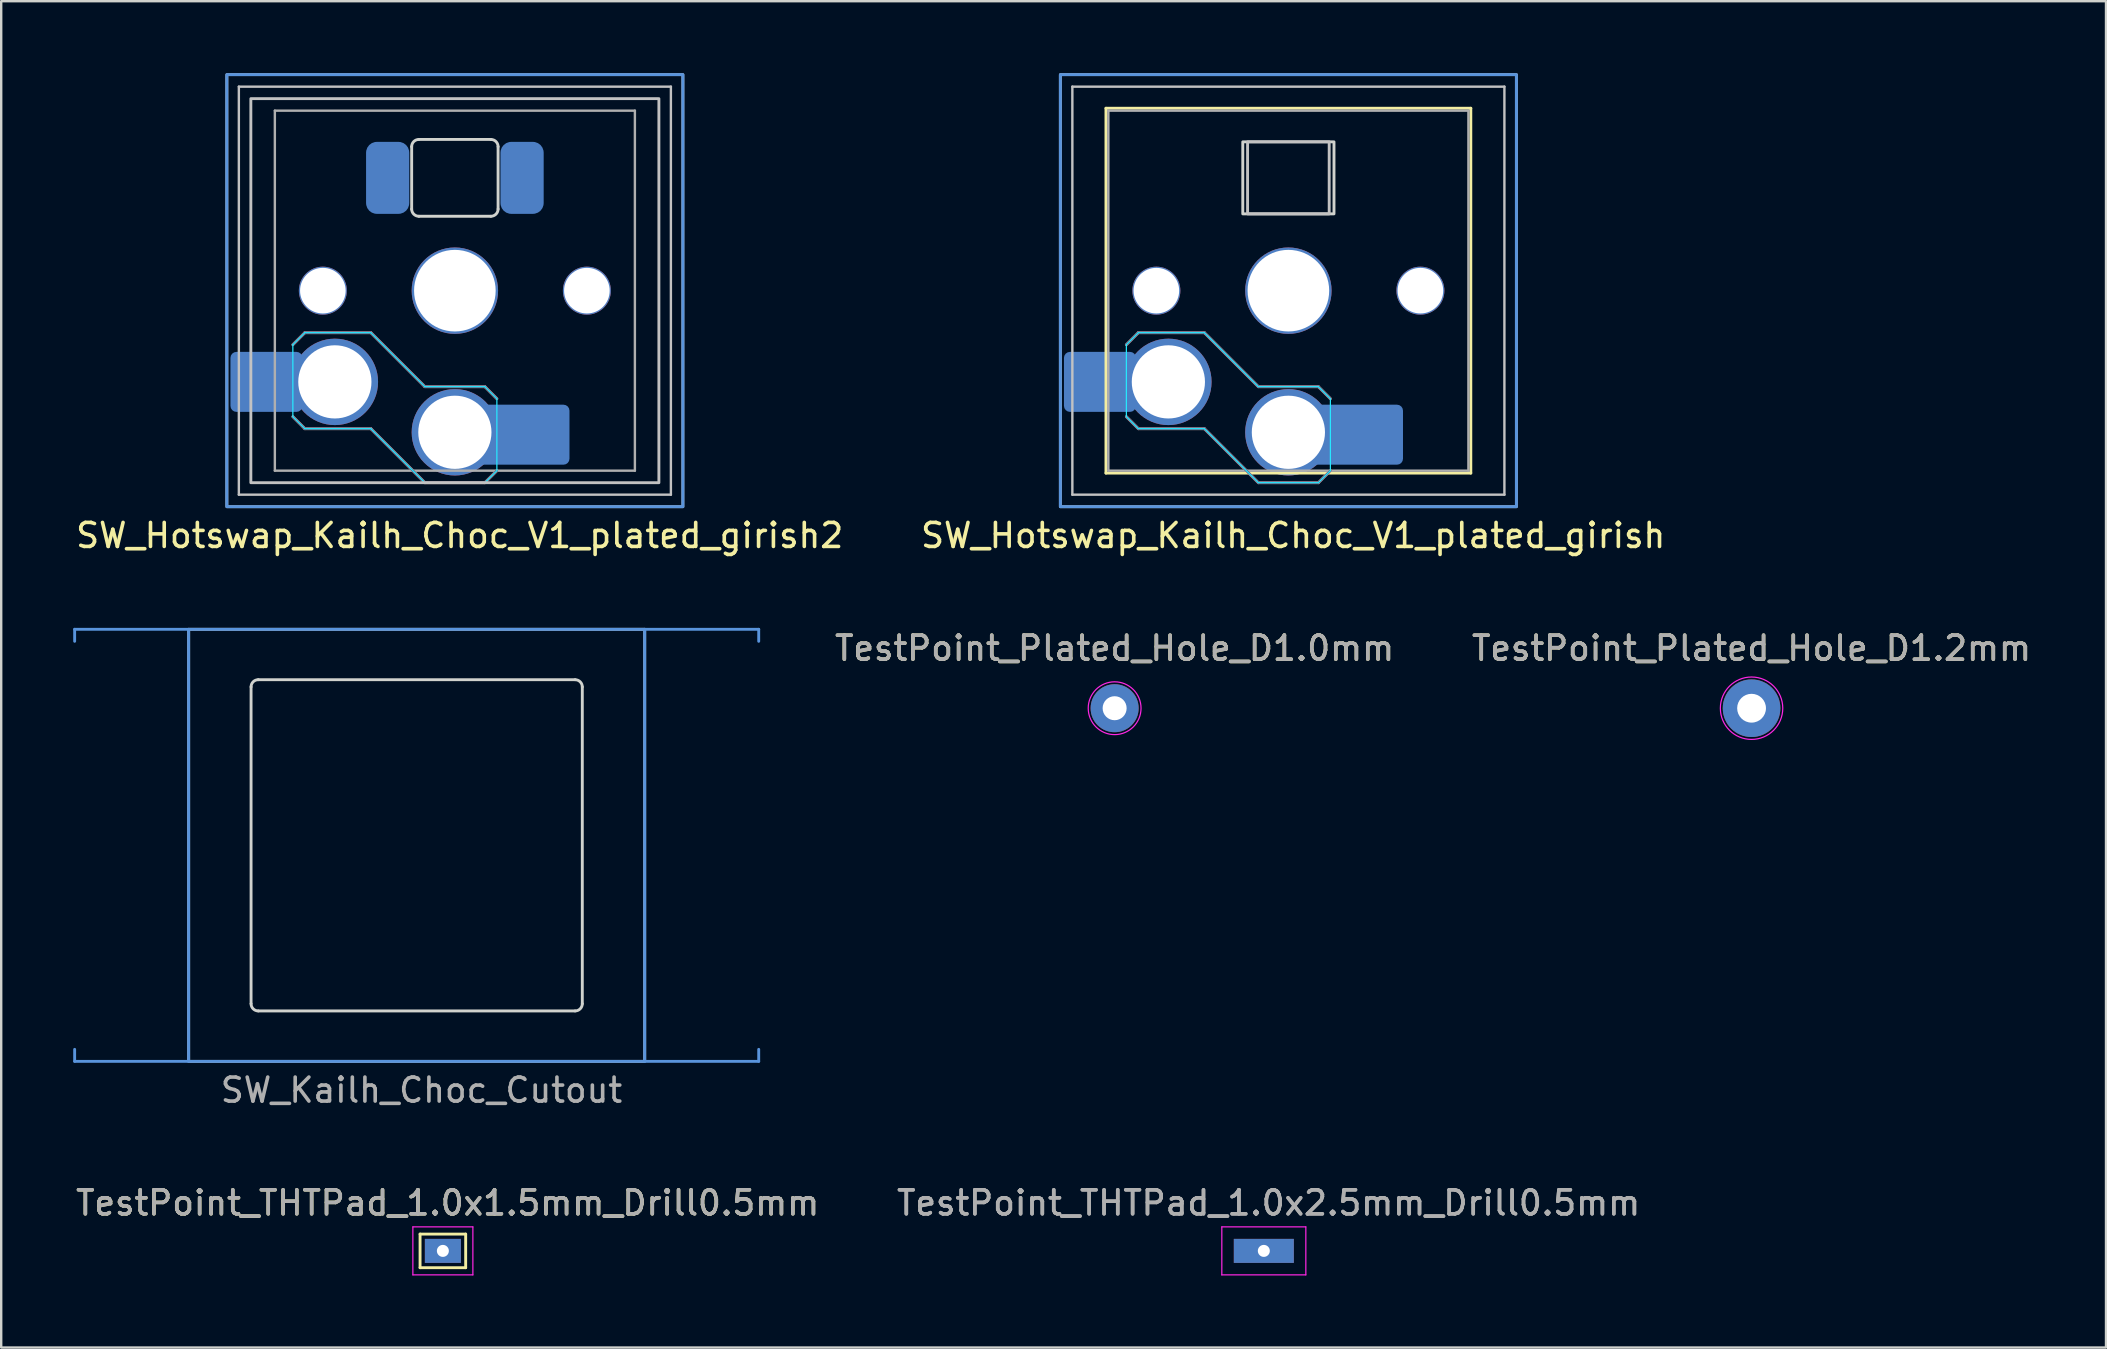
<source format=kicad_pcb>
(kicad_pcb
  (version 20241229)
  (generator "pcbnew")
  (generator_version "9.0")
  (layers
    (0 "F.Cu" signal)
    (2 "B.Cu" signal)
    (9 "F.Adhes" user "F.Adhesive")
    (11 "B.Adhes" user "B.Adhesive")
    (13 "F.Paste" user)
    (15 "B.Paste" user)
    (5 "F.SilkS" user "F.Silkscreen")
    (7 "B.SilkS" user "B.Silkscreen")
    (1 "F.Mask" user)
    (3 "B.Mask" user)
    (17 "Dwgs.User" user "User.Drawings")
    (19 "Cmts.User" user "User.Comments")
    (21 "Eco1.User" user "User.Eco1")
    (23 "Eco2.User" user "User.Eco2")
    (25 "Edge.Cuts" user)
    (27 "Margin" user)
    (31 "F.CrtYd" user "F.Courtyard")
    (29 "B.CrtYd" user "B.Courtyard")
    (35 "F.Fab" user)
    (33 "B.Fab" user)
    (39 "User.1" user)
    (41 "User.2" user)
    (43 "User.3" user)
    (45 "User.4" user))
  (footprint "SW_Hotswap_Kailh_Choc_V1_plated_girish2"
    (layer "F.Cu")
    (at 15.901 9.06)
    (property "Reference" "SW_Hotswap_Kailh_Choc_V1_plated_girish2" (at 0.2 10.2 180) (layer "F.SilkS") (effects (font (size 1 1) (thickness 0.15))))
    (attr smd)
    (fp_line (start -6.75 2.25) (end -6.25 1.75) (stroke (width 0.12) (type solid)) (layer "B.SilkS"))
    (fp_line (start -6.25 1.75) (end -3.5 1.75) (stroke (width 0.12) (type solid)) (layer "B.SilkS"))
    (fp_line (start -6.25 5.75) (end -6.75 5.25) (stroke (width 0.12) (type solid)) (layer "B.SilkS"))
    (fp_line (start -3.5 1.75) (end -1.25 4) (stroke (width 0.12) (type solid)) (layer "B.SilkS"))
    (fp_line (start -3.5 5.75) (end -6.25 5.75) (stroke (width 0.12) (type solid)) (layer "B.SilkS"))
    (fp_line (start -1.25 4) (end 1.25 4) (stroke (width 0.12) (type solid)) (layer "B.SilkS"))
    (fp_line (start -1.25 8) (end -3.5 5.75) (stroke (width 0.12) (type solid)) (layer "B.SilkS"))
    (fp_line (start 1.25 4) (end 1.75 4.5) (stroke (width 0.12) (type solid)) (layer "B.SilkS"))
    (fp_line (start 1.25 8) (end -1.25 8) (stroke (width 0.12) (type solid)) (layer "B.SilkS"))
    (fp_line (start 1.75 7.5) (end 1.25 8) (stroke (width 0.12) (type solid)) (layer "B.SilkS"))
    (fp_line (start -9 -8.5) (end -9 8.5) (stroke (width 0.1) (type solid)) (layer "Dwgs.User"))
    (fp_line (start -9 8.5) (end 9 8.5) (stroke (width 0.1) (type solid)) (layer "Dwgs.User"))
    (fp_line (start 9 -8.5) (end -9 -8.5) (stroke (width 0.1) (type solid)) (layer "Dwgs.User"))
    (fp_line (start 9 8.5) (end 9 -8.5) (stroke (width 0.1) (type solid)) (layer "Dwgs.User"))
    (fp_rect (start -9.5 9) (end 9.5 -9) (stroke (width 0.12) (type solid)) (fill no) (layer "Dwgs.User"))
    (fp_rect (start -8.5 8) (end 8.5 -8) (stroke (width 0.12) (type solid)) (fill no) (layer "Dwgs.User"))
    (fp_rect (start 9.5 -9) (end -9.5 9) (stroke (width 0.12) (type solid)) (fill no) (layer "Cmts.User"))
    (fp_line (start -7.25 -7.25) (end -7.25 7.25) (stroke (width 0.1) (type solid)) (layer "Eco1.User"))
    (fp_line (start -7.25 7.25) (end 7.25 7.25) (stroke (width 0.1) (type solid)) (layer "Eco1.User"))
    (fp_line (start 7.25 -7.25) (end -7.25 -7.25) (stroke (width 0.1) (type solid)) (layer "Eco1.User"))
    (fp_line (start 7.25 7.25) (end 7.25 -7.25) (stroke (width 0.1) (type solid)) (layer "Eco1.User"))
    (fp_line (start -1.8 -6) (end -1.8 -3.4) (stroke (width 0.12) (type solid)) (layer "Edge.Cuts"))
    (fp_line (start -1.5 -3.1) (end 1.5 -3.1) (stroke (width 0.12) (type solid)) (layer "Edge.Cuts"))
    (fp_line (start 1.5 -6.3) (end -1.5 -6.3) (stroke (width 0.12) (type solid)) (layer "Edge.Cuts"))
    (fp_line (start 1.8 -3.4) (end 1.8 -6) (stroke (width 0.12) (type solid)) (layer "Edge.Cuts"))
    (fp_arc (start -1.8 -6) (mid -1.712132 -6.212132) (end -1.5 -6.3) (stroke (width 0.12) (type solid)) (layer "Edge.Cuts"))
    (fp_arc (start -1.5 -3.1) (mid -1.712132 -3.187868) (end -1.8 -3.4) (stroke (width 0.12) (type solid)) (layer "Edge.Cuts"))
    (fp_arc (start 1.5 -6.3) (mid 1.712132 -6.212132) (end 1.8 -6) (stroke (width 0.12) (type solid)) (layer "Edge.Cuts"))
    (fp_arc (start 1.8 -3.4) (mid 1.712132 -3.187868) (end 1.5 -3.1) (stroke (width 0.12) (type solid)) (layer "Edge.Cuts"))
    (fp_line (start -6.75 2.25) (end -6.25 1.75) (stroke (width 0.05) (type solid)) (layer "B.CrtYd"))
    (fp_line (start -6.75 5.25) (end -6.75 2.25) (stroke (width 0.05) (type solid)) (layer "B.CrtYd"))
    (fp_line (start -6.25 1.75) (end -3.5 1.75) (stroke (width 0.05) (type solid)) (layer "B.CrtYd"))
    (fp_line (start -6.25 5.75) (end -6.75 5.25) (stroke (width 0.05) (type solid)) (layer "B.CrtYd"))
    (fp_line (start -3.5 1.75) (end -1.25 4) (stroke (width 0.05) (type solid)) (layer "B.CrtYd"))
    (fp_line (start -3.5 5.75) (end -6.25 5.75) (stroke (width 0.05) (type solid)) (layer "B.CrtYd"))
    (fp_line (start -1.25 4) (end 1.25 4) (stroke (width 0.05) (type solid)) (layer "B.CrtYd"))
    (fp_line (start -1.25 8) (end -3.5 5.75) (stroke (width 0.05) (type solid)) (layer "B.CrtYd"))
    (fp_line (start 1.25 4) (end 1.75 4.5) (stroke (width 0.05) (type solid)) (layer "B.CrtYd"))
    (fp_line (start 1.25 8) (end -1.25 8) (stroke (width 0.05) (type solid)) (layer "B.CrtYd"))
    (fp_line (start 1.75 4.5) (end 1.75 7.5) (stroke (width 0.05) (type solid)) (layer "B.CrtYd"))
    (fp_line (start 1.75 7.5) (end 1.25 8) (stroke (width 0.05) (type solid)) (layer "B.CrtYd"))
    (fp_line (start -6.75 2.25) (end -6.25 1.75) (stroke (width 0.1) (type solid)) (layer "B.Fab"))
    (fp_line (start -6.25 1.75) (end -3.5 1.75) (stroke (width 0.1) (type solid)) (layer "B.Fab"))
    (fp_line (start -6.25 5.75) (end -6.75 5.25) (stroke (width 0.1) (type solid)) (layer "B.Fab"))
    (fp_line (start -3.5 1.75) (end -1.25 4) (stroke (width 0.1) (type solid)) (layer "B.Fab"))
    (fp_line (start -3.5 5.75) (end -6.25 5.75) (stroke (width 0.1) (type solid)) (layer "B.Fab"))
    (fp_line (start -1.25 4) (end 1.25 4) (stroke (width 0.1) (type solid)) (layer "B.Fab"))
    (fp_line (start -1.25 8) (end -3.5 5.75) (stroke (width 0.1) (type solid)) (layer "B.Fab"))
    (fp_line (start 1.25 4) (end 1.75 4.5) (stroke (width 0.1) (type solid)) (layer "B.Fab"))
    (fp_line (start 1.25 8) (end -1.25 8) (stroke (width 0.1) (type solid)) (layer "B.Fab"))
    (fp_line (start 1.75 7.5) (end 1.25 8) (stroke (width 0.1) (type solid)) (layer "B.Fab"))
    (fp_line (start -7.5 -7.5) (end -7.5 7.5) (stroke (width 0.1) (type solid)) (layer "F.Fab"))
    (fp_line (start -7.5 7.5) (end 7.5 7.5) (stroke (width 0.1) (type solid)) (layer "F.Fab"))
    (fp_line (start 7.5 -7.5) (end -7.5 -7.5) (stroke (width 0.1) (type solid)) (layer "F.Fab"))
    (fp_line (start 7.5 7.5) (end 7.5 -7.5) (stroke (width 0.1) (type solid)) (layer "F.Fab"))
    (pad "" smd roundrect (at -8.5 3.8 180) (size 1.9 2.5) (layers "B.Mask" "B.Paste") (roundrect_rratio 0.1))
    (pad "" np_thru_hole circle (at -5.5 0 180) (size 2 2) (drill 1.9) (layers "*.Cu" "*.Mask"))
    (pad "" np_thru_hole circle (at 0 0 180) (size 3.6 3.6) (drill 3.4) (layers "*.Cu" "*.Mask"))
    (pad "" smd roundrect (at 3.5 6 180) (size 2.55 2.5) (layers "B.Mask" "B.Paste") (roundrect_rratio 0.1))
    (pad "" np_thru_hole circle (at 5.5 0 180) (size 2 2) (drill 1.9) (layers "*.Cu" "*.Mask"))
    (pad "1" thru_hole circle (at 0 5.9 180) (size 3.6 3.6) (drill 3.05) (layers "*.Cu" "B.Mask"))
    (pad "1" smd roundrect (at 2.85 6 180) (size 3.85 2.5) (layers "B.Cu" "B.Mask" "B.Paste") (roundrect_rratio 0.1))
    (pad "2" smd roundrect (at 2.8 -4.7) (size 1.8 3) (layers "B.Cu" "B.Mask" "B.Paste") (roundrect_rratio 0.25))
    (pad "3" smd roundrect (at -7.85 3.8 180) (size 3 2.5) (layers "B.Cu" "B.Mask" "B.Paste") (roundrect_rratio 0.1))
    (pad "3" thru_hole circle (at -5 3.8 180) (size 3.6 3.6) (drill 3.05) (layers "*.Cu" "B.Mask"))
    (pad "4" smd roundrect (at -2.8 -4.7) (size 1.8 3) (layers "B.Cu" "B.Mask" "B.Paste") (roundrect_rratio 0.25)))
  (footprint "SW_Kailh_Choc_Cutout"
    (layer "F.Cu")
    (at 14.31 32.168)
    (property "Reference" "SW_Kailh_Choc_Cutout" (at 0.2 10.2 180) (layer "F.Fab") (effects (font (size 1 1) (thickness 0.15))))
    (attr smd)
    (fp_rect (start -9.5 9) (end 9.5 -9) (stroke (width 0.12) (type solid)) (fill no) (layer "Dwgs.User"))
    (fp_line (start -14.25 -9) (end -14.25 -8.5) (stroke (width 0.12) (type solid)) (layer "Cmts.User"))
    (fp_line (start -14.25 9) (end -14.25 8.5) (stroke (width 0.12) (type solid)) (layer "Cmts.User"))
    (fp_line (start -9.5 -9) (end -14.25 -9) (stroke (width 0.12) (type solid)) (layer "Cmts.User"))
    (fp_line (start -9.5 9) (end -14.25 9) (stroke (width 0.12) (type solid)) (layer "Cmts.User"))
    (fp_line (start 9.5 -9) (end 14.25 -9) (stroke (width 0.12) (type solid)) (layer "Cmts.User"))
    (fp_line (start 9.5 9) (end 14.25 9) (stroke (width 0.12) (type solid)) (layer "Cmts.User"))
    (fp_line (start 14.25 -9) (end 14.25 -8.5) (stroke (width 0.12) (type solid)) (layer "Cmts.User"))
    (fp_line (start 14.25 9) (end 14.25 8.5) (stroke (width 0.12) (type solid)) (layer "Cmts.User"))
    (fp_rect (start 9.5 -9) (end -9.5 9) (stroke (width 0.12) (type solid)) (fill no) (layer "Cmts.User"))
    (fp_line (start -6.9 -6.6) (end -6.9 6.6) (stroke (width 0.12) (type solid)) (layer "Edge.Cuts"))
    (fp_line (start -6.6 6.9) (end 6.6 6.9) (stroke (width 0.12) (type solid)) (layer "Edge.Cuts"))
    (fp_line (start 6.6 -6.9) (end -6.6 -6.9) (stroke (width 0.12) (type solid)) (layer "Edge.Cuts"))
    (fp_line (start 6.9 6.6) (end 6.9 -6.6) (stroke (width 0.12) (type solid)) (layer "Edge.Cuts"))
    (fp_arc (start -6.9 -6.6) (mid -6.812132 -6.812132) (end -6.6 -6.9) (stroke (width 0.12) (type solid)) (layer "Edge.Cuts"))
    (fp_arc (start -6.6 6.9) (mid -6.812132 6.812132) (end -6.9 6.6) (stroke (width 0.12) (type solid)) (layer "Edge.Cuts"))
    (fp_arc (start 6.6 -6.9) (mid 6.812132 -6.812132) (end 6.9 -6.6) (stroke (width 0.12) (type solid)) (layer "Edge.Cuts"))
    (fp_arc (start 6.9 6.6) (mid 6.812132 6.812132) (end 6.6 6.9) (stroke (width 0.12) (type solid)) (layer "Edge.Cuts")))
  (footprint "TestPoint_THTPad_1.0x2.5mm_Drill0.5mm"
    (layer "F.Cu")
    (at 49.604 49.065)
    (property "Reference" "TestPoint_THTPad_1.0x2.5mm_Drill0.5mm" (at 0.2 -2 0) (layer "F.Fab") (effects (font (size 1 1) (thickness 0.15))))
    (attr exclude_from_pos_files exclude_from_bom)
    (fp_line (start -1.75 -1) (end -1.75 1) (stroke (width 0.05) (type solid)) (layer "F.CrtYd"))
    (fp_line (start -1.75 -1) (end 1.75 -1) (stroke (width 0.05) (type solid)) (layer "F.CrtYd"))
    (fp_line (start 1.75 1) (end -1.75 1) (stroke (width 0.05) (type solid)) (layer "F.CrtYd"))
    (fp_line (start 1.75 1) (end 1.75 -1) (stroke (width 0.05) (type solid)) (layer "F.CrtYd"))
    (fp_text user "${REFERENCE}" (at 0.2 -2 0) (layer "F.Fab") (effects (font (size 1 1) (thickness 0.15))))
    (pad "1" thru_hole rect (at 0 0) (size 2.5 1) (drill 0.5) (layers "*.Cu" "*.Mask")))
  (footprint "TestPoint_THTPad_1.0x1.5mm_Drill0.5mm"
    (layer "F.Cu")
    (at 15.401 49.065)
    (property "Reference" "TestPoint_THTPad_1.0x1.5mm_Drill0.5mm" (at 0.2 -2 0) (layer "F.SilkS") (effects (font (size 1 1) (thickness 0.15))))
    (attr exclude_from_pos_files exclude_from_bom)
    (fp_line (start -0.95 -0.7) (end 0.95 -0.7) (stroke (width 0.12) (type solid)) (layer "F.SilkS"))
    (fp_line (start -0.95 0.7) (end -0.95 -0.7) (stroke (width 0.12) (type solid)) (layer "F.SilkS"))
    (fp_line (start 0.95 -0.7) (end 0.95 0.7) (stroke (width 0.12) (type solid)) (layer "F.SilkS"))
    (fp_line (start 0.95 0.7) (end -0.95 0.7) (stroke (width 0.12) (type solid)) (layer "F.SilkS"))
    (fp_line (start -1.25 -1) (end -1.25 1) (stroke (width 0.05) (type solid)) (layer "F.CrtYd"))
    (fp_line (start -1.25 -1) (end 1.25 -1) (stroke (width 0.05) (type solid)) (layer "F.CrtYd"))
    (fp_line (start 1.25 1) (end -1.25 1) (stroke (width 0.05) (type solid)) (layer "F.CrtYd"))
    (fp_line (start 1.25 1) (end 1.25 -1) (stroke (width 0.05) (type solid)) (layer "F.CrtYd"))
    (fp_text user "${REFERENCE}" (at 0.2 -2 0) (layer "F.Fab") (effects (font (size 1 1) (thickness 0.15))))
    (pad "1" thru_hole rect (at 0 0) (size 1.5 1) (drill 0.5) (layers "*.Cu" "*.Mask")))
  (footprint "TestPoint_Plated_Hole_D1.2mm"
    (layer "F.Cu")
    (at 69.924 26.456)
    (property "Reference" "TestPoint_Plated_Hole_D1.2mm" (at 0 -2.498 0) (layer "F.SilkS") (effects (font (size 1 1) (thickness 0.15))))
    (attr exclude_from_pos_files exclude_from_bom)
    (fp_circle (center 0 0) (end 1.3 0) (stroke (width 0.05) (type solid)) (fill no) (layer "F.CrtYd"))
    (fp_text user "${REFERENCE}" (at 0 -2.5 0) (layer "F.Fab") (effects (font (size 1 1) (thickness 0.15))))
    (pad "" thru_hole circle (at 0 0) (size 2.4 2.4) (drill 1.2) (layers "*.Cu" "*.Mask")))
  (footprint "SW_Hotswap_Kailh_Choc_V1_plated_girish"
    (layer "F.Cu")
    (at 50.627 9.06)
    (property "Reference" "SW_Hotswap_Kailh_Choc_V1_plated_girish" (at 0.2 10.2 180) (layer "F.SilkS") (effects (font (size 1 1) (thickness 0.15))))
    (attr smd)
    (fp_line (start -7.6 -7.6) (end -7.6 7.6) (stroke (width 0.12) (type solid)) (layer "F.SilkS"))
    (fp_line (start -7.6 7.6) (end 7.6 7.6) (stroke (width 0.12) (type solid)) (layer "F.SilkS"))
    (fp_line (start 7.6 -7.6) (end -7.6 -7.6) (stroke (width 0.12) (type solid)) (layer "F.SilkS"))
    (fp_line (start 7.6 7.6) (end 7.6 -7.6) (stroke (width 0.12) (type solid)) (layer "F.SilkS"))
    (fp_line (start -6.75 2.25) (end -6.25 1.75) (stroke (width 0.12) (type solid)) (layer "B.SilkS"))
    (fp_line (start -6.25 1.75) (end -3.5 1.75) (stroke (width 0.12) (type solid)) (layer "B.SilkS"))
    (fp_line (start -6.25 5.75) (end -6.75 5.25) (stroke (width 0.12) (type solid)) (layer "B.SilkS"))
    (fp_line (start -3.5 1.75) (end -1.25 4) (stroke (width 0.12) (type solid)) (layer "B.SilkS"))
    (fp_line (start -3.5 5.75) (end -6.25 5.75) (stroke (width 0.12) (type solid)) (layer "B.SilkS"))
    (fp_line (start -1.25 4) (end 1.25 4) (stroke (width 0.12) (type solid)) (layer "B.SilkS"))
    (fp_line (start -1.25 8) (end -3.5 5.75) (stroke (width 0.12) (type solid)) (layer "B.SilkS"))
    (fp_line (start 1.25 4) (end 1.75 4.5) (stroke (width 0.12) (type solid)) (layer "B.SilkS"))
    (fp_line (start 1.25 8) (end -1.25 8) (stroke (width 0.12) (type solid)) (layer "B.SilkS"))
    (fp_line (start 1.75 7.5) (end 1.25 8) (stroke (width 0.12) (type solid)) (layer "B.SilkS"))
    (fp_line (start -9 -8.5) (end -9 8.5) (stroke (width 0.1) (type solid)) (layer "Dwgs.User"))
    (fp_line (start -9 8.5) (end 9 8.5) (stroke (width 0.1) (type solid)) (layer "Dwgs.User"))
    (fp_line (start 9 -8.5) (end -9 -8.5) (stroke (width 0.1) (type solid)) (layer "Dwgs.User"))
    (fp_line (start 9 8.5) (end 9 -8.5) (stroke (width 0.1) (type solid)) (layer "Dwgs.User"))
    (fp_rect (start -9.5 9) (end 9.5 -9) (stroke (width 0.12) (type solid)) (fill no) (layer "Dwgs.User"))
    (fp_rect (start 1.7 -3.2) (end -1.7 -6.2) (stroke (width 0.12) (type solid)) (fill no) (layer "Dwgs.User"))
    (fp_rect (start 9.5 -9) (end -9.5 9) (stroke (width 0.12) (type solid)) (fill no) (layer "Cmts.User"))
    (fp_line (start -7.25 -7.25) (end -7.25 7.25) (stroke (width 0.1) (type solid)) (layer "Eco1.User"))
    (fp_line (start -7.25 7.25) (end 7.25 7.25) (stroke (width 0.1) (type solid)) (layer "Eco1.User"))
    (fp_line (start 7.25 -7.25) (end -7.25 -7.25) (stroke (width 0.1) (type solid)) (layer "Eco1.User"))
    (fp_line (start 7.25 7.25) (end 7.25 -7.25) (stroke (width 0.1) (type solid)) (layer "Eco1.User"))
    (fp_rect (start -1.9 -3.2) (end 1.9 -6.2) (stroke (width 0.12) (type solid)) (fill no) (layer "Edge.Cuts"))
    (fp_line (start -6.75 2.25) (end -6.25 1.75) (stroke (width 0.05) (type solid)) (layer "B.CrtYd"))
    (fp_line (start -6.75 5.25) (end -6.75 2.25) (stroke (width 0.05) (type solid)) (layer "B.CrtYd"))
    (fp_line (start -6.25 1.75) (end -3.5 1.75) (stroke (width 0.05) (type solid)) (layer "B.CrtYd"))
    (fp_line (start -6.25 5.75) (end -6.75 5.25) (stroke (width 0.05) (type solid)) (layer "B.CrtYd"))
    (fp_line (start -3.5 1.75) (end -1.25 4) (stroke (width 0.05) (type solid)) (layer "B.CrtYd"))
    (fp_line (start -3.5 5.75) (end -6.25 5.75) (stroke (width 0.05) (type solid)) (layer "B.CrtYd"))
    (fp_line (start -1.25 4) (end 1.25 4) (stroke (width 0.05) (type solid)) (layer "B.CrtYd"))
    (fp_line (start -1.25 8) (end -3.5 5.75) (stroke (width 0.05) (type solid)) (layer "B.CrtYd"))
    (fp_line (start 1.25 4) (end 1.75 4.5) (stroke (width 0.05) (type solid)) (layer "B.CrtYd"))
    (fp_line (start 1.25 8) (end -1.25 8) (stroke (width 0.05) (type solid)) (layer "B.CrtYd"))
    (fp_line (start 1.75 4.5) (end 1.75 7.5) (stroke (width 0.05) (type solid)) (layer "B.CrtYd"))
    (fp_line (start 1.75 7.5) (end 1.25 8) (stroke (width 0.05) (type solid)) (layer "B.CrtYd"))
    (fp_line (start -6.75 2.25) (end -6.25 1.75) (stroke (width 0.1) (type solid)) (layer "B.Fab"))
    (fp_line (start -6.25 1.75) (end -3.5 1.75) (stroke (width 0.1) (type solid)) (layer "B.Fab"))
    (fp_line (start -6.25 5.75) (end -6.75 5.25) (stroke (width 0.1) (type solid)) (layer "B.Fab"))
    (fp_line (start -3.5 1.75) (end -1.25 4) (stroke (width 0.1) (type solid)) (layer "B.Fab"))
    (fp_line (start -3.5 5.75) (end -6.25 5.75) (stroke (width 0.1) (type solid)) (layer "B.Fab"))
    (fp_line (start -1.25 4) (end 1.25 4) (stroke (width 0.1) (type solid)) (layer "B.Fab"))
    (fp_line (start -1.25 8) (end -3.5 5.75) (stroke (width 0.1) (type solid)) (layer "B.Fab"))
    (fp_line (start 1.25 4) (end 1.75 4.5) (stroke (width 0.1) (type solid)) (layer "B.Fab"))
    (fp_line (start 1.25 8) (end -1.25 8) (stroke (width 0.1) (type solid)) (layer "B.Fab"))
    (fp_line (start 1.75 7.5) (end 1.25 8) (stroke (width 0.1) (type solid)) (layer "B.Fab"))
    (fp_line (start -7.5 -7.5) (end -7.5 7.5) (stroke (width 0.1) (type solid)) (layer "F.Fab"))
    (fp_line (start -7.5 7.5) (end 7.5 7.5) (stroke (width 0.1) (type solid)) (layer "F.Fab"))
    (fp_line (start 7.5 -7.5) (end -7.5 -7.5) (stroke (width 0.1) (type solid)) (layer "F.Fab"))
    (fp_line (start 7.5 7.5) (end 7.5 -7.5) (stroke (width 0.1) (type solid)) (layer "F.Fab"))
    (pad "" smd roundrect (at -8.5 3.8 180) (size 1.9 2.5) (layers "B.Mask" "B.Paste") (roundrect_rratio 0.1))
    (pad "" np_thru_hole circle (at -5.5 0 180) (size 2 2) (drill 1.9) (layers "*.Cu" "*.Mask"))
    (pad "" np_thru_hole circle (at 0 0 180) (size 3.6 3.6) (drill 3.4) (layers "*.Cu" "*.Mask"))
    (pad "" smd roundrect (at 3.5 6 180) (size 2.55 2.5) (layers "B.Mask" "B.Paste") (roundrect_rratio 0.1))
    (pad "" np_thru_hole circle (at 5.5 0 180) (size 2 2) (drill 1.9) (layers "*.Cu" "*.Mask"))
    (pad "1" thru_hole circle (at 0 5.9 180) (size 3.6 3.6) (drill 3.05) (layers "*.Cu" "B.Mask"))
    (pad "1" smd roundrect (at 2.85 6 180) (size 3.85 2.5) (layers "B.Cu") (roundrect_rratio 0.1))
    (pad "2" smd roundrect (at -7.85 3.8 180) (size 3 2.5) (layers "B.Cu") (roundrect_rratio 0.1))
    (pad "2" thru_hole circle (at -5 3.8 180) (size 3.6 3.6) (drill 3.05) (layers "*.Cu" "B.Mask")))
  (footprint "TestPoint_Plated_Hole_D1.0mm"
    (layer "F.Cu")
    (at 43.388 26.456)
    (property "Reference" "TestPoint_Plated_Hole_D1.0mm" (at 0 -2.498 0) (layer "F.SilkS") (effects (font (size 1 1) (thickness 0.15))))
    (attr exclude_from_pos_files exclude_from_bom)
    (fp_circle (center 0 0) (end 1.1 0) (stroke (width 0.05) (type solid)) (fill no) (layer "F.CrtYd"))
    (fp_text user "${REFERENCE}" (at 0 -2.5 0) (layer "F.Fab") (effects (font (size 1 1) (thickness 0.15))))
    (pad "" thru_hole circle (at 0 0) (size 2 2) (drill 1) (layers "*.Cu" "*.Mask")))
  (gr_rect
    (start -3 -3)
    (end 84.691 53.09)
    (stroke (width 0.1) (type default))
    (fill no)
    (layer "Edge.Cuts")))
</source>
